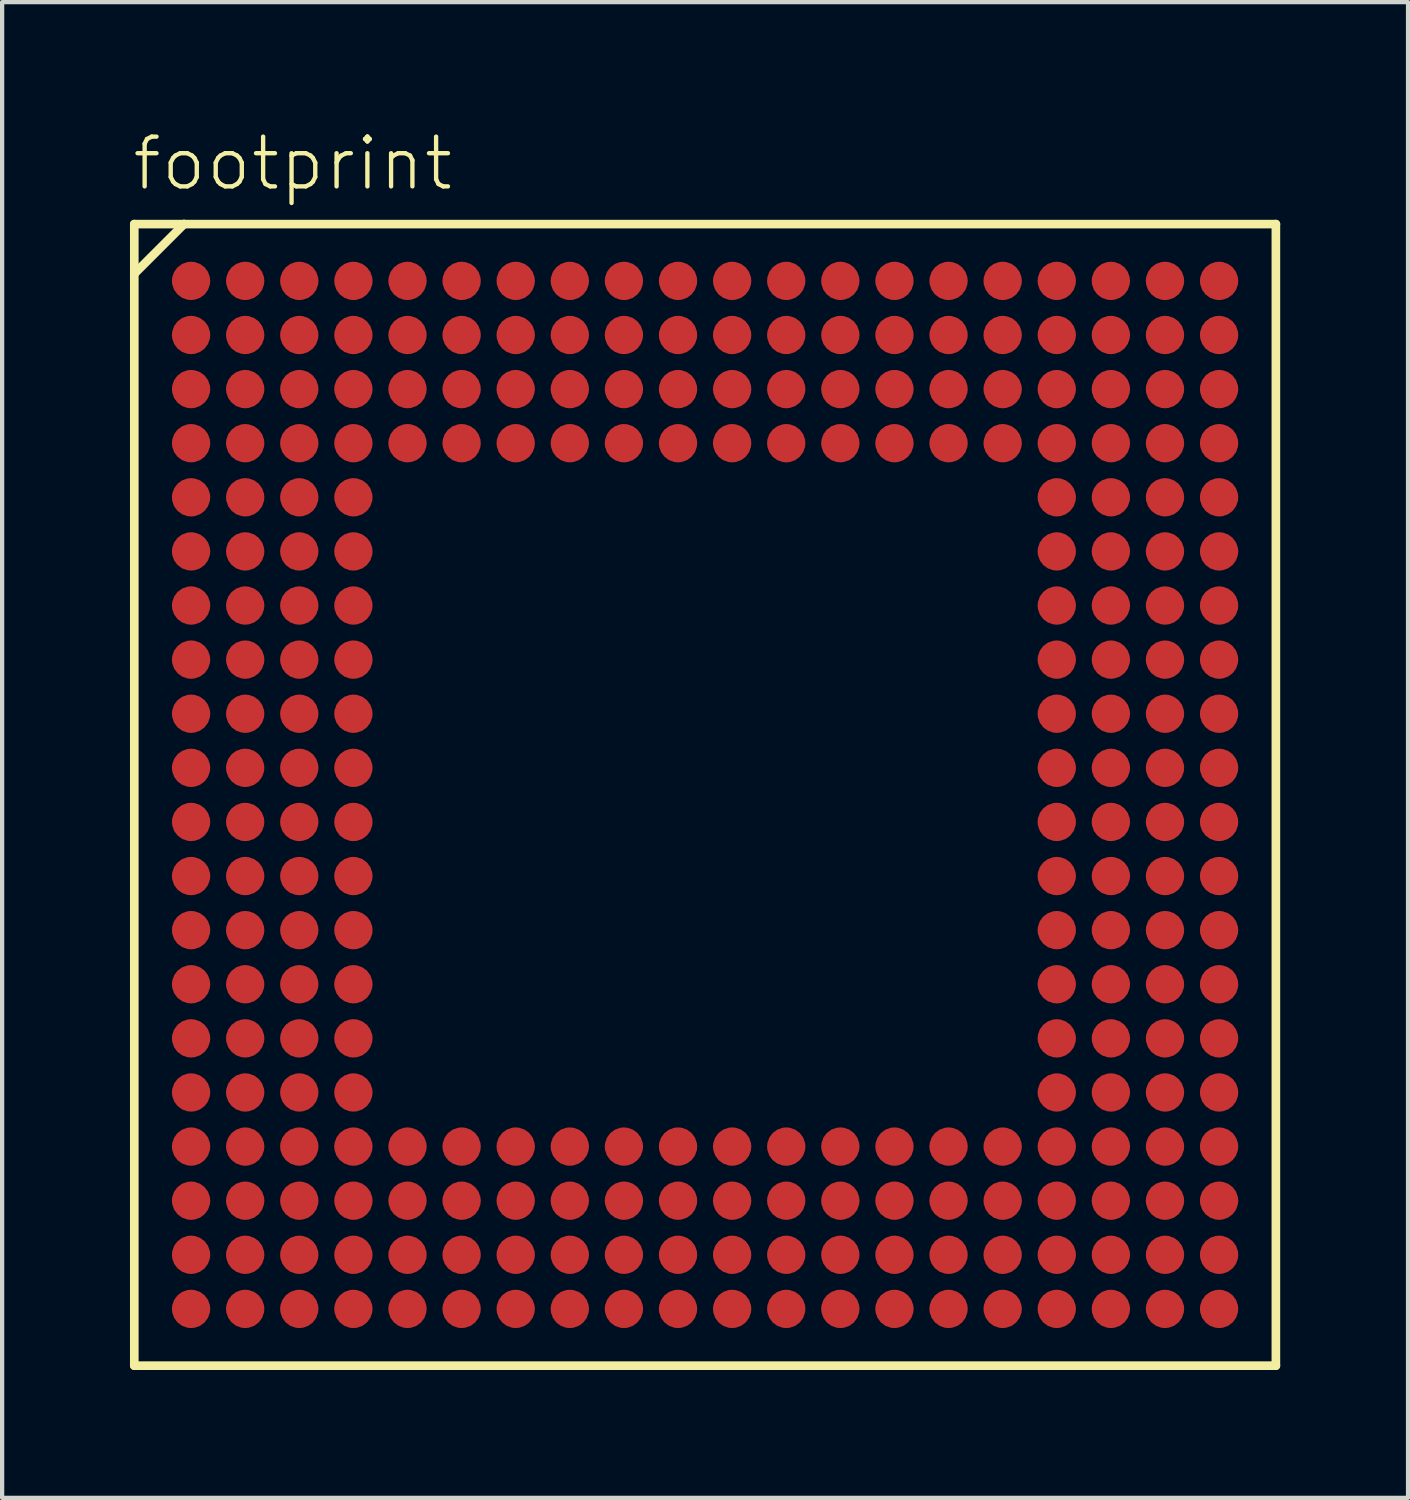
<source format=kicad_pcb>
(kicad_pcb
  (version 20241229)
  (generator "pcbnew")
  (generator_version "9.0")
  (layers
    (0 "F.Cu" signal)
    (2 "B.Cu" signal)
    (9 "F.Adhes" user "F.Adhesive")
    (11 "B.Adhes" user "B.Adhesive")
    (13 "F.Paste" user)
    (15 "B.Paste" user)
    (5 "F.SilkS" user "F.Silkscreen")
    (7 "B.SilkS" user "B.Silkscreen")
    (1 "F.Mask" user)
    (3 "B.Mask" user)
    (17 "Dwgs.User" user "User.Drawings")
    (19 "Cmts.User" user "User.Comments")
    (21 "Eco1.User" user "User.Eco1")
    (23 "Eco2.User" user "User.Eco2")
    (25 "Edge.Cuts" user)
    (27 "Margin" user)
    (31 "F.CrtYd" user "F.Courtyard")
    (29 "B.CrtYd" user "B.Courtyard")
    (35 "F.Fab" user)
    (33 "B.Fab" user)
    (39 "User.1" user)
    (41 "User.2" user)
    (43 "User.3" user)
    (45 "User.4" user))
  (footprint "footprint"
    (layer "F.Cu")
    (at 13.5 15.608)
    (property "Reference" "footprint" (at -13.5 -14.135 0) (layer "F.SilkS") (effects (font (size 1.168 1.168) (thickness 0.102)) (justify left bottom)))
    (fp_circle (center -12.065 -12.065) (end -11.89 -12.065) (stroke (width 0.35) (type solid)) (fill yes) (layer "F.Mask"))
    (fp_circle (center -12.065 -10.795) (end -11.89 -10.795) (stroke (width 0.35) (type solid)) (fill yes) (layer "F.Mask"))
    (fp_circle (center -12.065 -9.525) (end -11.89 -9.525) (stroke (width 0.35) (type solid)) (fill yes) (layer "F.Mask"))
    (fp_circle (center -12.065 -8.255) (end -11.89 -8.255) (stroke (width 0.35) (type solid)) (fill yes) (layer "F.Mask"))
    (fp_circle (center -12.065 -6.985) (end -11.89 -6.985) (stroke (width 0.35) (type solid)) (fill yes) (layer "F.Mask"))
    (fp_circle (center -12.065 -5.715) (end -11.89 -5.715) (stroke (width 0.35) (type solid)) (fill yes) (layer "F.Mask"))
    (fp_circle (center -12.065 -4.445) (end -11.89 -4.445) (stroke (width 0.35) (type solid)) (fill yes) (layer "F.Mask"))
    (fp_circle (center -12.065 -3.175) (end -11.89 -3.175) (stroke (width 0.35) (type solid)) (fill yes) (layer "F.Mask"))
    (fp_circle (center -12.065 -1.905) (end -11.89 -1.905) (stroke (width 0.35) (type solid)) (fill yes) (layer "F.Mask"))
    (fp_circle (center -12.065 -0.635) (end -11.89 -0.635) (stroke (width 0.35) (type solid)) (fill yes) (layer "F.Mask"))
    (fp_circle (center -12.065 0.635) (end -11.89 0.635) (stroke (width 0.35) (type solid)) (fill yes) (layer "F.Mask"))
    (fp_circle (center -12.065 1.905) (end -11.89 1.905) (stroke (width 0.35) (type solid)) (fill yes) (layer "F.Mask"))
    (fp_circle (center -12.065 3.175) (end -11.89 3.175) (stroke (width 0.35) (type solid)) (fill yes) (layer "F.Mask"))
    (fp_circle (center -12.065 4.445) (end -11.89 4.445) (stroke (width 0.35) (type solid)) (fill yes) (layer "F.Mask"))
    (fp_circle (center -12.065 5.715) (end -11.89 5.715) (stroke (width 0.35) (type solid)) (fill yes) (layer "F.Mask"))
    (fp_circle (center -12.065 6.985) (end -11.89 6.985) (stroke (width 0.35) (type solid)) (fill yes) (layer "F.Mask"))
    (fp_circle (center -12.065 8.255) (end -11.89 8.255) (stroke (width 0.35) (type solid)) (fill yes) (layer "F.Mask"))
    (fp_circle (center -12.065 9.525) (end -11.89 9.525) (stroke (width 0.35) (type solid)) (fill yes) (layer "F.Mask"))
    (fp_circle (center -12.065 10.795) (end -11.89 10.795) (stroke (width 0.35) (type solid)) (fill yes) (layer "F.Mask"))
    (fp_circle (center -12.065 12.065) (end -11.89 12.065) (stroke (width 0.35) (type solid)) (fill yes) (layer "F.Mask"))
    (fp_circle (center -10.795 -12.065) (end -10.62 -12.065) (stroke (width 0.35) (type solid)) (fill yes) (layer "F.Mask"))
    (fp_circle (center -10.795 -10.795) (end -10.62 -10.795) (stroke (width 0.35) (type solid)) (fill yes) (layer "F.Mask"))
    (fp_circle (center -10.795 -9.525) (end -10.62 -9.525) (stroke (width 0.35) (type solid)) (fill yes) (layer "F.Mask"))
    (fp_circle (center -10.795 -8.255) (end -10.62 -8.255) (stroke (width 0.35) (type solid)) (fill yes) (layer "F.Mask"))
    (fp_circle (center -10.795 -6.985) (end -10.62 -6.985) (stroke (width 0.35) (type solid)) (fill yes) (layer "F.Mask"))
    (fp_circle (center -10.795 -5.715) (end -10.62 -5.715) (stroke (width 0.35) (type solid)) (fill yes) (layer "F.Mask"))
    (fp_circle (center -10.795 -4.445) (end -10.62 -4.445) (stroke (width 0.35) (type solid)) (fill yes) (layer "F.Mask"))
    (fp_circle (center -10.795 -3.175) (end -10.62 -3.175) (stroke (width 0.35) (type solid)) (fill yes) (layer "F.Mask"))
    (fp_circle (center -10.795 -1.905) (end -10.62 -1.905) (stroke (width 0.35) (type solid)) (fill yes) (layer "F.Mask"))
    (fp_circle (center -10.795 -0.635) (end -10.62 -0.635) (stroke (width 0.35) (type solid)) (fill yes) (layer "F.Mask"))
    (fp_circle (center -10.795 0.635) (end -10.62 0.635) (stroke (width 0.35) (type solid)) (fill yes) (layer "F.Mask"))
    (fp_circle (center -10.795 1.905) (end -10.62 1.905) (stroke (width 0.35) (type solid)) (fill yes) (layer "F.Mask"))
    (fp_circle (center -10.795 3.175) (end -10.62 3.175) (stroke (width 0.35) (type solid)) (fill yes) (layer "F.Mask"))
    (fp_circle (center -10.795 4.445) (end -10.62 4.445) (stroke (width 0.35) (type solid)) (fill yes) (layer "F.Mask"))
    (fp_circle (center -10.795 5.715) (end -10.62 5.715) (stroke (width 0.35) (type solid)) (fill yes) (layer "F.Mask"))
    (fp_circle (center -10.795 6.985) (end -10.62 6.985) (stroke (width 0.35) (type solid)) (fill yes) (layer "F.Mask"))
    (fp_circle (center -10.795 8.255) (end -10.62 8.255) (stroke (width 0.35) (type solid)) (fill yes) (layer "F.Mask"))
    (fp_circle (center -10.795 9.525) (end -10.62 9.525) (stroke (width 0.35) (type solid)) (fill yes) (layer "F.Mask"))
    (fp_circle (center -10.795 10.795) (end -10.62 10.795) (stroke (width 0.35) (type solid)) (fill yes) (layer "F.Mask"))
    (fp_circle (center -10.795 12.065) (end -10.62 12.065) (stroke (width 0.35) (type solid)) (fill yes) (layer "F.Mask"))
    (fp_circle (center -9.525 -12.065) (end -9.35 -12.065) (stroke (width 0.35) (type solid)) (fill yes) (layer "F.Mask"))
    (fp_circle (center -9.525 -10.795) (end -9.35 -10.795) (stroke (width 0.35) (type solid)) (fill yes) (layer "F.Mask"))
    (fp_circle (center -9.525 -9.525) (end -9.35 -9.525) (stroke (width 0.35) (type solid)) (fill yes) (layer "F.Mask"))
    (fp_circle (center -9.525 -8.255) (end -9.35 -8.255) (stroke (width 0.35) (type solid)) (fill yes) (layer "F.Mask"))
    (fp_circle (center -9.525 -6.985) (end -9.35 -6.985) (stroke (width 0.35) (type solid)) (fill yes) (layer "F.Mask"))
    (fp_circle (center -9.525 -5.715) (end -9.35 -5.715) (stroke (width 0.35) (type solid)) (fill yes) (layer "F.Mask"))
    (fp_circle (center -9.525 -4.445) (end -9.35 -4.445) (stroke (width 0.35) (type solid)) (fill yes) (layer "F.Mask"))
    (fp_circle (center -9.525 -3.175) (end -9.35 -3.175) (stroke (width 0.35) (type solid)) (fill yes) (layer "F.Mask"))
    (fp_circle (center -9.525 -1.905) (end -9.35 -1.905) (stroke (width 0.35) (type solid)) (fill yes) (layer "F.Mask"))
    (fp_circle (center -9.525 -0.635) (end -9.35 -0.635) (stroke (width 0.35) (type solid)) (fill yes) (layer "F.Mask"))
    (fp_circle (center -9.525 0.635) (end -9.35 0.635) (stroke (width 0.35) (type solid)) (fill yes) (layer "F.Mask"))
    (fp_circle (center -9.525 1.905) (end -9.35 1.905) (stroke (width 0.35) (type solid)) (fill yes) (layer "F.Mask"))
    (fp_circle (center -9.525 3.175) (end -9.35 3.175) (stroke (width 0.35) (type solid)) (fill yes) (layer "F.Mask"))
    (fp_circle (center -9.525 4.445) (end -9.35 4.445) (stroke (width 0.35) (type solid)) (fill yes) (layer "F.Mask"))
    (fp_circle (center -9.525 5.715) (end -9.35 5.715) (stroke (width 0.35) (type solid)) (fill yes) (layer "F.Mask"))
    (fp_circle (center -9.525 6.985) (end -9.35 6.985) (stroke (width 0.35) (type solid)) (fill yes) (layer "F.Mask"))
    (fp_circle (center -9.525 8.255) (end -9.35 8.255) (stroke (width 0.35) (type solid)) (fill yes) (layer "F.Mask"))
    (fp_circle (center -9.525 9.525) (end -9.35 9.525) (stroke (width 0.35) (type solid)) (fill yes) (layer "F.Mask"))
    (fp_circle (center -9.525 10.795) (end -9.35 10.795) (stroke (width 0.35) (type solid)) (fill yes) (layer "F.Mask"))
    (fp_circle (center -9.525 12.065) (end -9.35 12.065) (stroke (width 0.35) (type solid)) (fill yes) (layer "F.Mask"))
    (fp_circle (center -8.255 -12.065) (end -8.08 -12.065) (stroke (width 0.35) (type solid)) (fill yes) (layer "F.Mask"))
    (fp_circle (center -8.255 -10.795) (end -8.08 -10.795) (stroke (width 0.35) (type solid)) (fill yes) (layer "F.Mask"))
    (fp_circle (center -8.255 -9.525) (end -8.08 -9.525) (stroke (width 0.35) (type solid)) (fill yes) (layer "F.Mask"))
    (fp_circle (center -8.255 -8.255) (end -8.08 -8.255) (stroke (width 0.35) (type solid)) (fill yes) (layer "F.Mask"))
    (fp_circle (center -8.255 -6.985) (end -8.08 -6.985) (stroke (width 0.35) (type solid)) (fill yes) (layer "F.Mask"))
    (fp_circle (center -8.255 -5.715) (end -8.08 -5.715) (stroke (width 0.35) (type solid)) (fill yes) (layer "F.Mask"))
    (fp_circle (center -8.255 -4.445) (end -8.08 -4.445) (stroke (width 0.35) (type solid)) (fill yes) (layer "F.Mask"))
    (fp_circle (center -8.255 -3.175) (end -8.08 -3.175) (stroke (width 0.35) (type solid)) (fill yes) (layer "F.Mask"))
    (fp_circle (center -8.255 -1.905) (end -8.08 -1.905) (stroke (width 0.35) (type solid)) (fill yes) (layer "F.Mask"))
    (fp_circle (center -8.255 -0.635) (end -8.08 -0.635) (stroke (width 0.35) (type solid)) (fill yes) (layer "F.Mask"))
    (fp_circle (center -8.255 0.635) (end -8.08 0.635) (stroke (width 0.35) (type solid)) (fill yes) (layer "F.Mask"))
    (fp_circle (center -8.255 1.905) (end -8.08 1.905) (stroke (width 0.35) (type solid)) (fill yes) (layer "F.Mask"))
    (fp_circle (center -8.255 3.175) (end -8.08 3.175) (stroke (width 0.35) (type solid)) (fill yes) (layer "F.Mask"))
    (fp_circle (center -8.255 4.445) (end -8.08 4.445) (stroke (width 0.35) (type solid)) (fill yes) (layer "F.Mask"))
    (fp_circle (center -8.255 5.715) (end -8.08 5.715) (stroke (width 0.35) (type solid)) (fill yes) (layer "F.Mask"))
    (fp_circle (center -8.255 6.985) (end -8.08 6.985) (stroke (width 0.35) (type solid)) (fill yes) (layer "F.Mask"))
    (fp_circle (center -8.255 8.255) (end -8.08 8.255) (stroke (width 0.35) (type solid)) (fill yes) (layer "F.Mask"))
    (fp_circle (center -8.255 9.525) (end -8.08 9.525) (stroke (width 0.35) (type solid)) (fill yes) (layer "F.Mask"))
    (fp_circle (center -8.255 10.795) (end -8.08 10.795) (stroke (width 0.35) (type solid)) (fill yes) (layer "F.Mask"))
    (fp_circle (center -8.255 12.065) (end -8.08 12.065) (stroke (width 0.35) (type solid)) (fill yes) (layer "F.Mask"))
    (fp_circle (center -6.985 -12.065) (end -6.81 -12.065) (stroke (width 0.35) (type solid)) (fill yes) (layer "F.Mask"))
    (fp_circle (center -6.985 -10.795) (end -6.81 -10.795) (stroke (width 0.35) (type solid)) (fill yes) (layer "F.Mask"))
    (fp_circle (center -6.985 -9.525) (end -6.81 -9.525) (stroke (width 0.35) (type solid)) (fill yes) (layer "F.Mask"))
    (fp_circle (center -6.985 -8.255) (end -6.81 -8.255) (stroke (width 0.35) (type solid)) (fill yes) (layer "F.Mask"))
    (fp_circle (center -6.985 8.255) (end -6.81 8.255) (stroke (width 0.35) (type solid)) (fill yes) (layer "F.Mask"))
    (fp_circle (center -6.985 9.525) (end -6.81 9.525) (stroke (width 0.35) (type solid)) (fill yes) (layer "F.Mask"))
    (fp_circle (center -6.985 10.795) (end -6.81 10.795) (stroke (width 0.35) (type solid)) (fill yes) (layer "F.Mask"))
    (fp_circle (center -6.985 12.065) (end -6.81 12.065) (stroke (width 0.35) (type solid)) (fill yes) (layer "F.Mask"))
    (fp_circle (center -5.715 -12.065) (end -5.54 -12.065) (stroke (width 0.35) (type solid)) (fill yes) (layer "F.Mask"))
    (fp_circle (center -5.715 -10.795) (end -5.54 -10.795) (stroke (width 0.35) (type solid)) (fill yes) (layer "F.Mask"))
    (fp_circle (center -5.715 -9.525) (end -5.54 -9.525) (stroke (width 0.35) (type solid)) (fill yes) (layer "F.Mask"))
    (fp_circle (center -5.715 -8.255) (end -5.54 -8.255) (stroke (width 0.35) (type solid)) (fill yes) (layer "F.Mask"))
    (fp_circle (center -5.715 8.255) (end -5.54 8.255) (stroke (width 0.35) (type solid)) (fill yes) (layer "F.Mask"))
    (fp_circle (center -5.715 9.525) (end -5.54 9.525) (stroke (width 0.35) (type solid)) (fill yes) (layer "F.Mask"))
    (fp_circle (center -5.715 10.795) (end -5.54 10.795) (stroke (width 0.35) (type solid)) (fill yes) (layer "F.Mask"))
    (fp_circle (center -5.715 12.065) (end -5.54 12.065) (stroke (width 0.35) (type solid)) (fill yes) (layer "F.Mask"))
    (fp_circle (center -4.445 -12.065) (end -4.27 -12.065) (stroke (width 0.35) (type solid)) (fill yes) (layer "F.Mask"))
    (fp_circle (center -4.445 -10.795) (end -4.27 -10.795) (stroke (width 0.35) (type solid)) (fill yes) (layer "F.Mask"))
    (fp_circle (center -4.445 -9.525) (end -4.27 -9.525) (stroke (width 0.35) (type solid)) (fill yes) (layer "F.Mask"))
    (fp_circle (center -4.445 -8.255) (end -4.27 -8.255) (stroke (width 0.35) (type solid)) (fill yes) (layer "F.Mask"))
    (fp_circle (center -4.445 8.255) (end -4.27 8.255) (stroke (width 0.35) (type solid)) (fill yes) (layer "F.Mask"))
    (fp_circle (center -4.445 9.525) (end -4.27 9.525) (stroke (width 0.35) (type solid)) (fill yes) (layer "F.Mask"))
    (fp_circle (center -4.445 10.795) (end -4.27 10.795) (stroke (width 0.35) (type solid)) (fill yes) (layer "F.Mask"))
    (fp_circle (center -4.445 12.065) (end -4.27 12.065) (stroke (width 0.35) (type solid)) (fill yes) (layer "F.Mask"))
    (fp_circle (center -3.175 -12.065) (end -3 -12.065) (stroke (width 0.35) (type solid)) (fill yes) (layer "F.Mask"))
    (fp_circle (center -3.175 -10.795) (end -3 -10.795) (stroke (width 0.35) (type solid)) (fill yes) (layer "F.Mask"))
    (fp_circle (center -3.175 -9.525) (end -3 -9.525) (stroke (width 0.35) (type solid)) (fill yes) (layer "F.Mask"))
    (fp_circle (center -3.175 -8.255) (end -3 -8.255) (stroke (width 0.35) (type solid)) (fill yes) (layer "F.Mask"))
    (fp_circle (center -3.175 8.255) (end -3 8.255) (stroke (width 0.35) (type solid)) (fill yes) (layer "F.Mask"))
    (fp_circle (center -3.175 9.525) (end -3 9.525) (stroke (width 0.35) (type solid)) (fill yes) (layer "F.Mask"))
    (fp_circle (center -3.175 10.795) (end -3 10.795) (stroke (width 0.35) (type solid)) (fill yes) (layer "F.Mask"))
    (fp_circle (center -3.175 12.065) (end -3 12.065) (stroke (width 0.35) (type solid)) (fill yes) (layer "F.Mask"))
    (fp_circle (center -1.905 -12.065) (end -1.73 -12.065) (stroke (width 0.35) (type solid)) (fill yes) (layer "F.Mask"))
    (fp_circle (center -1.905 -10.795) (end -1.73 -10.795) (stroke (width 0.35) (type solid)) (fill yes) (layer "F.Mask"))
    (fp_circle (center -1.905 -9.525) (end -1.73 -9.525) (stroke (width 0.35) (type solid)) (fill yes) (layer "F.Mask"))
    (fp_circle (center -1.905 -8.255) (end -1.73 -8.255) (stroke (width 0.35) (type solid)) (fill yes) (layer "F.Mask"))
    (fp_circle (center -1.905 8.255) (end -1.73 8.255) (stroke (width 0.35) (type solid)) (fill yes) (layer "F.Mask"))
    (fp_circle (center -1.905 9.525) (end -1.73 9.525) (stroke (width 0.35) (type solid)) (fill yes) (layer "F.Mask"))
    (fp_circle (center -1.905 10.795) (end -1.73 10.795) (stroke (width 0.35) (type solid)) (fill yes) (layer "F.Mask"))
    (fp_circle (center -1.905 12.065) (end -1.73 12.065) (stroke (width 0.35) (type solid)) (fill yes) (layer "F.Mask"))
    (fp_circle (center -0.635 -12.065) (end -0.46 -12.065) (stroke (width 0.35) (type solid)) (fill yes) (layer "F.Mask"))
    (fp_circle (center -0.635 -10.795) (end -0.46 -10.795) (stroke (width 0.35) (type solid)) (fill yes) (layer "F.Mask"))
    (fp_circle (center -0.635 -9.525) (end -0.46 -9.525) (stroke (width 0.35) (type solid)) (fill yes) (layer "F.Mask"))
    (fp_circle (center -0.635 -8.255) (end -0.46 -8.255) (stroke (width 0.35) (type solid)) (fill yes) (layer "F.Mask"))
    (fp_circle (center -0.635 8.255) (end -0.46 8.255) (stroke (width 0.35) (type solid)) (fill yes) (layer "F.Mask"))
    (fp_circle (center -0.635 9.525) (end -0.46 9.525) (stroke (width 0.35) (type solid)) (fill yes) (layer "F.Mask"))
    (fp_circle (center -0.635 10.795) (end -0.46 10.795) (stroke (width 0.35) (type solid)) (fill yes) (layer "F.Mask"))
    (fp_circle (center -0.635 12.065) (end -0.46 12.065) (stroke (width 0.35) (type solid)) (fill yes) (layer "F.Mask"))
    (fp_circle (center 0.635 -12.065) (end 0.81 -12.065) (stroke (width 0.35) (type solid)) (fill yes) (layer "F.Mask"))
    (fp_circle (center 0.635 -10.795) (end 0.81 -10.795) (stroke (width 0.35) (type solid)) (fill yes) (layer "F.Mask"))
    (fp_circle (center 0.635 -9.525) (end 0.81 -9.525) (stroke (width 0.35) (type solid)) (fill yes) (layer "F.Mask"))
    (fp_circle (center 0.635 -8.255) (end 0.81 -8.255) (stroke (width 0.35) (type solid)) (fill yes) (layer "F.Mask"))
    (fp_circle (center 0.635 8.255) (end 0.81 8.255) (stroke (width 0.35) (type solid)) (fill yes) (layer "F.Mask"))
    (fp_circle (center 0.635 9.525) (end 0.81 9.525) (stroke (width 0.35) (type solid)) (fill yes) (layer "F.Mask"))
    (fp_circle (center 0.635 10.795) (end 0.81 10.795) (stroke (width 0.35) (type solid)) (fill yes) (layer "F.Mask"))
    (fp_circle (center 0.635 12.065) (end 0.81 12.065) (stroke (width 0.35) (type solid)) (fill yes) (layer "F.Mask"))
    (fp_circle (center 1.905 -12.065) (end 2.08 -12.065) (stroke (width 0.35) (type solid)) (fill yes) (layer "F.Mask"))
    (fp_circle (center 1.905 -10.795) (end 2.08 -10.795) (stroke (width 0.35) (type solid)) (fill yes) (layer "F.Mask"))
    (fp_circle (center 1.905 -9.525) (end 2.08 -9.525) (stroke (width 0.35) (type solid)) (fill yes) (layer "F.Mask"))
    (fp_circle (center 1.905 -8.255) (end 2.08 -8.255) (stroke (width 0.35) (type solid)) (fill yes) (layer "F.Mask"))
    (fp_circle (center 1.905 8.255) (end 2.08 8.255) (stroke (width 0.35) (type solid)) (fill yes) (layer "F.Mask"))
    (fp_circle (center 1.905 9.525) (end 2.08 9.525) (stroke (width 0.35) (type solid)) (fill yes) (layer "F.Mask"))
    (fp_circle (center 1.905 10.795) (end 2.08 10.795) (stroke (width 0.35) (type solid)) (fill yes) (layer "F.Mask"))
    (fp_circle (center 1.905 12.065) (end 2.08 12.065) (stroke (width 0.35) (type solid)) (fill yes) (layer "F.Mask"))
    (fp_circle (center 3.175 -12.065) (end 3.35 -12.065) (stroke (width 0.35) (type solid)) (fill yes) (layer "F.Mask"))
    (fp_circle (center 3.175 -10.795) (end 3.35 -10.795) (stroke (width 0.35) (type solid)) (fill yes) (layer "F.Mask"))
    (fp_circle (center 3.175 -9.525) (end 3.35 -9.525) (stroke (width 0.35) (type solid)) (fill yes) (layer "F.Mask"))
    (fp_circle (center 3.175 -8.255) (end 3.35 -8.255) (stroke (width 0.35) (type solid)) (fill yes) (layer "F.Mask"))
    (fp_circle (center 3.175 8.255) (end 3.35 8.255) (stroke (width 0.35) (type solid)) (fill yes) (layer "F.Mask"))
    (fp_circle (center 3.175 9.525) (end 3.35 9.525) (stroke (width 0.35) (type solid)) (fill yes) (layer "F.Mask"))
    (fp_circle (center 3.175 10.795) (end 3.35 10.795) (stroke (width 0.35) (type solid)) (fill yes) (layer "F.Mask"))
    (fp_circle (center 3.175 12.065) (end 3.35 12.065) (stroke (width 0.35) (type solid)) (fill yes) (layer "F.Mask"))
    (fp_circle (center 4.445 -12.065) (end 4.62 -12.065) (stroke (width 0.35) (type solid)) (fill yes) (layer "F.Mask"))
    (fp_circle (center 4.445 -10.795) (end 4.62 -10.795) (stroke (width 0.35) (type solid)) (fill yes) (layer "F.Mask"))
    (fp_circle (center 4.445 -9.525) (end 4.62 -9.525) (stroke (width 0.35) (type solid)) (fill yes) (layer "F.Mask"))
    (fp_circle (center 4.445 -8.255) (end 4.62 -8.255) (stroke (width 0.35) (type solid)) (fill yes) (layer "F.Mask"))
    (fp_circle (center 4.445 8.255) (end 4.62 8.255) (stroke (width 0.35) (type solid)) (fill yes) (layer "F.Mask"))
    (fp_circle (center 4.445 9.525) (end 4.62 9.525) (stroke (width 0.35) (type solid)) (fill yes) (layer "F.Mask"))
    (fp_circle (center 4.445 10.795) (end 4.62 10.795) (stroke (width 0.35) (type solid)) (fill yes) (layer "F.Mask"))
    (fp_circle (center 4.445 12.065) (end 4.62 12.065) (stroke (width 0.35) (type solid)) (fill yes) (layer "F.Mask"))
    (fp_circle (center 5.715 -12.065) (end 5.89 -12.065) (stroke (width 0.35) (type solid)) (fill yes) (layer "F.Mask"))
    (fp_circle (center 5.715 -10.795) (end 5.89 -10.795) (stroke (width 0.35) (type solid)) (fill yes) (layer "F.Mask"))
    (fp_circle (center 5.715 -9.525) (end 5.89 -9.525) (stroke (width 0.35) (type solid)) (fill yes) (layer "F.Mask"))
    (fp_circle (center 5.715 -8.255) (end 5.89 -8.255) (stroke (width 0.35) (type solid)) (fill yes) (layer "F.Mask"))
    (fp_circle (center 5.715 8.255) (end 5.89 8.255) (stroke (width 0.35) (type solid)) (fill yes) (layer "F.Mask"))
    (fp_circle (center 5.715 9.525) (end 5.89 9.525) (stroke (width 0.35) (type solid)) (fill yes) (layer "F.Mask"))
    (fp_circle (center 5.715 10.795) (end 5.89 10.795) (stroke (width 0.35) (type solid)) (fill yes) (layer "F.Mask"))
    (fp_circle (center 5.715 12.065) (end 5.89 12.065) (stroke (width 0.35) (type solid)) (fill yes) (layer "F.Mask"))
    (fp_circle (center 6.985 -12.065) (end 7.16 -12.065) (stroke (width 0.35) (type solid)) (fill yes) (layer "F.Mask"))
    (fp_circle (center 6.985 -10.795) (end 7.16 -10.795) (stroke (width 0.35) (type solid)) (fill yes) (layer "F.Mask"))
    (fp_circle (center 6.985 -9.525) (end 7.16 -9.525) (stroke (width 0.35) (type solid)) (fill yes) (layer "F.Mask"))
    (fp_circle (center 6.985 -8.255) (end 7.16 -8.255) (stroke (width 0.35) (type solid)) (fill yes) (layer "F.Mask"))
    (fp_circle (center 6.985 8.255) (end 7.16 8.255) (stroke (width 0.35) (type solid)) (fill yes) (layer "F.Mask"))
    (fp_circle (center 6.985 9.525) (end 7.16 9.525) (stroke (width 0.35) (type solid)) (fill yes) (layer "F.Mask"))
    (fp_circle (center 6.985 10.795) (end 7.16 10.795) (stroke (width 0.35) (type solid)) (fill yes) (layer "F.Mask"))
    (fp_circle (center 6.985 12.065) (end 7.16 12.065) (stroke (width 0.35) (type solid)) (fill yes) (layer "F.Mask"))
    (fp_circle (center 8.255 -12.065) (end 8.43 -12.065) (stroke (width 0.35) (type solid)) (fill yes) (layer "F.Mask"))
    (fp_circle (center 8.255 -10.795) (end 8.43 -10.795) (stroke (width 0.35) (type solid)) (fill yes) (layer "F.Mask"))
    (fp_circle (center 8.255 -9.525) (end 8.43 -9.525) (stroke (width 0.35) (type solid)) (fill yes) (layer "F.Mask"))
    (fp_circle (center 8.255 -8.255) (end 8.43 -8.255) (stroke (width 0.35) (type solid)) (fill yes) (layer "F.Mask"))
    (fp_circle (center 8.255 -6.985) (end 8.43 -6.985) (stroke (width 0.35) (type solid)) (fill yes) (layer "F.Mask"))
    (fp_circle (center 8.255 -5.715) (end 8.43 -5.715) (stroke (width 0.35) (type solid)) (fill yes) (layer "F.Mask"))
    (fp_circle (center 8.255 -4.445) (end 8.43 -4.445) (stroke (width 0.35) (type solid)) (fill yes) (layer "F.Mask"))
    (fp_circle (center 8.255 -3.175) (end 8.43 -3.175) (stroke (width 0.35) (type solid)) (fill yes) (layer "F.Mask"))
    (fp_circle (center 8.255 -1.905) (end 8.43 -1.905) (stroke (width 0.35) (type solid)) (fill yes) (layer "F.Mask"))
    (fp_circle (center 8.255 -0.635) (end 8.43 -0.635) (stroke (width 0.35) (type solid)) (fill yes) (layer "F.Mask"))
    (fp_circle (center 8.255 0.635) (end 8.43 0.635) (stroke (width 0.35) (type solid)) (fill yes) (layer "F.Mask"))
    (fp_circle (center 8.255 1.905) (end 8.43 1.905) (stroke (width 0.35) (type solid)) (fill yes) (layer "F.Mask"))
    (fp_circle (center 8.255 3.175) (end 8.43 3.175) (stroke (width 0.35) (type solid)) (fill yes) (layer "F.Mask"))
    (fp_circle (center 8.255 4.445) (end 8.43 4.445) (stroke (width 0.35) (type solid)) (fill yes) (layer "F.Mask"))
    (fp_circle (center 8.255 5.715) (end 8.43 5.715) (stroke (width 0.35) (type solid)) (fill yes) (layer "F.Mask"))
    (fp_circle (center 8.255 6.985) (end 8.43 6.985) (stroke (width 0.35) (type solid)) (fill yes) (layer "F.Mask"))
    (fp_circle (center 8.255 8.255) (end 8.43 8.255) (stroke (width 0.35) (type solid)) (fill yes) (layer "F.Mask"))
    (fp_circle (center 8.255 9.525) (end 8.43 9.525) (stroke (width 0.35) (type solid)) (fill yes) (layer "F.Mask"))
    (fp_circle (center 8.255 10.795) (end 8.43 10.795) (stroke (width 0.35) (type solid)) (fill yes) (layer "F.Mask"))
    (fp_circle (center 8.255 12.065) (end 8.43 12.065) (stroke (width 0.35) (type solid)) (fill yes) (layer "F.Mask"))
    (fp_circle (center 9.525 -12.065) (end 9.7 -12.065) (stroke (width 0.35) (type solid)) (fill yes) (layer "F.Mask"))
    (fp_circle (center 9.525 -10.795) (end 9.7 -10.795) (stroke (width 0.35) (type solid)) (fill yes) (layer "F.Mask"))
    (fp_circle (center 9.525 -9.525) (end 9.7 -9.525) (stroke (width 0.35) (type solid)) (fill yes) (layer "F.Mask"))
    (fp_circle (center 9.525 -8.255) (end 9.7 -8.255) (stroke (width 0.35) (type solid)) (fill yes) (layer "F.Mask"))
    (fp_circle (center 9.525 -6.985) (end 9.7 -6.985) (stroke (width 0.35) (type solid)) (fill yes) (layer "F.Mask"))
    (fp_circle (center 9.525 -5.715) (end 9.7 -5.715) (stroke (width 0.35) (type solid)) (fill yes) (layer "F.Mask"))
    (fp_circle (center 9.525 -4.445) (end 9.7 -4.445) (stroke (width 0.35) (type solid)) (fill yes) (layer "F.Mask"))
    (fp_circle (center 9.525 -3.175) (end 9.7 -3.175) (stroke (width 0.35) (type solid)) (fill yes) (layer "F.Mask"))
    (fp_circle (center 9.525 -1.905) (end 9.7 -1.905) (stroke (width 0.35) (type solid)) (fill yes) (layer "F.Mask"))
    (fp_circle (center 9.525 -0.635) (end 9.7 -0.635) (stroke (width 0.35) (type solid)) (fill yes) (layer "F.Mask"))
    (fp_circle (center 9.525 0.635) (end 9.7 0.635) (stroke (width 0.35) (type solid)) (fill yes) (layer "F.Mask"))
    (fp_circle (center 9.525 1.905) (end 9.7 1.905) (stroke (width 0.35) (type solid)) (fill yes) (layer "F.Mask"))
    (fp_circle (center 9.525 3.175) (end 9.7 3.175) (stroke (width 0.35) (type solid)) (fill yes) (layer "F.Mask"))
    (fp_circle (center 9.525 4.445) (end 9.7 4.445) (stroke (width 0.35) (type solid)) (fill yes) (layer "F.Mask"))
    (fp_circle (center 9.525 5.715) (end 9.7 5.715) (stroke (width 0.35) (type solid)) (fill yes) (layer "F.Mask"))
    (fp_circle (center 9.525 6.985) (end 9.7 6.985) (stroke (width 0.35) (type solid)) (fill yes) (layer "F.Mask"))
    (fp_circle (center 9.525 8.255) (end 9.7 8.255) (stroke (width 0.35) (type solid)) (fill yes) (layer "F.Mask"))
    (fp_circle (center 9.525 9.525) (end 9.7 9.525) (stroke (width 0.35) (type solid)) (fill yes) (layer "F.Mask"))
    (fp_circle (center 9.525 10.795) (end 9.7 10.795) (stroke (width 0.35) (type solid)) (fill yes) (layer "F.Mask"))
    (fp_circle (center 9.525 12.065) (end 9.7 12.065) (stroke (width 0.35) (type solid)) (fill yes) (layer "F.Mask"))
    (fp_circle (center 10.795 -12.065) (end 10.97 -12.065) (stroke (width 0.35) (type solid)) (fill yes) (layer "F.Mask"))
    (fp_circle (center 10.795 -10.795) (end 10.97 -10.795) (stroke (width 0.35) (type solid)) (fill yes) (layer "F.Mask"))
    (fp_circle (center 10.795 -9.525) (end 10.97 -9.525) (stroke (width 0.35) (type solid)) (fill yes) (layer "F.Mask"))
    (fp_circle (center 10.795 -8.255) (end 10.97 -8.255) (stroke (width 0.35) (type solid)) (fill yes) (layer "F.Mask"))
    (fp_circle (center 10.795 -6.985) (end 10.97 -6.985) (stroke (width 0.35) (type solid)) (fill yes) (layer "F.Mask"))
    (fp_circle (center 10.795 -5.715) (end 10.97 -5.715) (stroke (width 0.35) (type solid)) (fill yes) (layer "F.Mask"))
    (fp_circle (center 10.795 -4.445) (end 10.97 -4.445) (stroke (width 0.35) (type solid)) (fill yes) (layer "F.Mask"))
    (fp_circle (center 10.795 -3.175) (end 10.97 -3.175) (stroke (width 0.35) (type solid)) (fill yes) (layer "F.Mask"))
    (fp_circle (center 10.795 -1.905) (end 10.97 -1.905) (stroke (width 0.35) (type solid)) (fill yes) (layer "F.Mask"))
    (fp_circle (center 10.795 -0.635) (end 10.97 -0.635) (stroke (width 0.35) (type solid)) (fill yes) (layer "F.Mask"))
    (fp_circle (center 10.795 0.635) (end 10.97 0.635) (stroke (width 0.35) (type solid)) (fill yes) (layer "F.Mask"))
    (fp_circle (center 10.795 1.905) (end 10.97 1.905) (stroke (width 0.35) (type solid)) (fill yes) (layer "F.Mask"))
    (fp_circle (center 10.795 3.175) (end 10.97 3.175) (stroke (width 0.35) (type solid)) (fill yes) (layer "F.Mask"))
    (fp_circle (center 10.795 4.445) (end 10.97 4.445) (stroke (width 0.35) (type solid)) (fill yes) (layer "F.Mask"))
    (fp_circle (center 10.795 5.715) (end 10.97 5.715) (stroke (width 0.35) (type solid)) (fill yes) (layer "F.Mask"))
    (fp_circle (center 10.795 6.985) (end 10.97 6.985) (stroke (width 0.35) (type solid)) (fill yes) (layer "F.Mask"))
    (fp_circle (center 10.795 8.255) (end 10.97 8.255) (stroke (width 0.35) (type solid)) (fill yes) (layer "F.Mask"))
    (fp_circle (center 10.795 9.525) (end 10.97 9.525) (stroke (width 0.35) (type solid)) (fill yes) (layer "F.Mask"))
    (fp_circle (center 10.795 10.795) (end 10.97 10.795) (stroke (width 0.35) (type solid)) (fill yes) (layer "F.Mask"))
    (fp_circle (center 10.795 12.065) (end 10.97 12.065) (stroke (width 0.35) (type solid)) (fill yes) (layer "F.Mask"))
    (fp_circle (center 12.065 -12.065) (end 12.24 -12.065) (stroke (width 0.35) (type solid)) (fill yes) (layer "F.Mask"))
    (fp_circle (center 12.065 -10.795) (end 12.24 -10.795) (stroke (width 0.35) (type solid)) (fill yes) (layer "F.Mask"))
    (fp_circle (center 12.065 -9.525) (end 12.24 -9.525) (stroke (width 0.35) (type solid)) (fill yes) (layer "F.Mask"))
    (fp_circle (center 12.065 -8.255) (end 12.24 -8.255) (stroke (width 0.35) (type solid)) (fill yes) (layer "F.Mask"))
    (fp_circle (center 12.065 -6.985) (end 12.24 -6.985) (stroke (width 0.35) (type solid)) (fill yes) (layer "F.Mask"))
    (fp_circle (center 12.065 -5.715) (end 12.24 -5.715) (stroke (width 0.35) (type solid)) (fill yes) (layer "F.Mask"))
    (fp_circle (center 12.065 -4.445) (end 12.24 -4.445) (stroke (width 0.35) (type solid)) (fill yes) (layer "F.Mask"))
    (fp_circle (center 12.065 -3.175) (end 12.24 -3.175) (stroke (width 0.35) (type solid)) (fill yes) (layer "F.Mask"))
    (fp_circle (center 12.065 -1.905) (end 12.24 -1.905) (stroke (width 0.35) (type solid)) (fill yes) (layer "F.Mask"))
    (fp_circle (center 12.065 -0.635) (end 12.24 -0.635) (stroke (width 0.35) (type solid)) (fill yes) (layer "F.Mask"))
    (fp_circle (center 12.065 0.635) (end 12.24 0.635) (stroke (width 0.35) (type solid)) (fill yes) (layer "F.Mask"))
    (fp_circle (center 12.065 1.905) (end 12.24 1.905) (stroke (width 0.35) (type solid)) (fill yes) (layer "F.Mask"))
    (fp_circle (center 12.065 3.175) (end 12.24 3.175) (stroke (width 0.35) (type solid)) (fill yes) (layer "F.Mask"))
    (fp_circle (center 12.065 4.445) (end 12.24 4.445) (stroke (width 0.35) (type solid)) (fill yes) (layer "F.Mask"))
    (fp_circle (center 12.065 5.715) (end 12.24 5.715) (stroke (width 0.35) (type solid)) (fill yes) (layer "F.Mask"))
    (fp_circle (center 12.065 6.985) (end 12.24 6.985) (stroke (width 0.35) (type solid)) (fill yes) (layer "F.Mask"))
    (fp_circle (center 12.065 8.255) (end 12.24 8.255) (stroke (width 0.35) (type solid)) (fill yes) (layer "F.Mask"))
    (fp_circle (center 12.065 9.525) (end 12.24 9.525) (stroke (width 0.35) (type solid)) (fill yes) (layer "F.Mask"))
    (fp_circle (center 12.065 10.795) (end 12.24 10.795) (stroke (width 0.35) (type solid)) (fill yes) (layer "F.Mask"))
    (fp_circle (center 12.065 12.065) (end 12.24 12.065) (stroke (width 0.35) (type solid)) (fill yes) (layer "F.Mask"))
    (fp_line (start -13.398 -13.398) (end -13.398 -12.23) (stroke (width 0.203) (type solid)) (layer "F.SilkS"))
    (fp_line (start -13.398 -12.23) (end -13.398 13.398) (stroke (width 0.203) (type solid)) (layer "F.SilkS"))
    (fp_line (start -13.398 -12.23) (end -12.23 -13.398) (stroke (width 0.203) (type solid)) (layer "F.SilkS"))
    (fp_line (start -13.398 13.398) (end 13.398 13.398) (stroke (width 0.203) (type solid)) (layer "F.SilkS"))
    (fp_line (start -12.23 -13.398) (end -13.398 -13.398) (stroke (width 0.203) (type solid)) (layer "F.SilkS"))
    (fp_line (start 13.398 -13.398) (end -12.23 -13.398) (stroke (width 0.203) (type solid)) (layer "F.SilkS"))
    (fp_line (start 13.398 13.398) (end 13.398 -13.398) (stroke (width 0.203) (type solid)) (layer "F.SilkS"))
    (pad "A1" smd roundrect (at -12.065 -12.065) (size 0.9 0.9) (layers "F.Cu") (roundrect_rratio 0.5))
    (pad "A2" smd roundrect (at -10.795 -12.065) (size 0.9 0.9) (layers "F.Cu") (roundrect_rratio 0.5))
    (pad "A3" smd roundrect (at -9.525 -12.065) (size 0.9 0.9) (layers "F.Cu") (roundrect_rratio 0.5))
    (pad "A4" smd roundrect (at -8.255 -12.065) (size 0.9 0.9) (layers "F.Cu") (roundrect_rratio 0.5))
    (pad "A5" smd roundrect (at -6.985 -12.065) (size 0.9 0.9) (layers "F.Cu") (roundrect_rratio 0.5))
    (pad "A6" smd roundrect (at -5.715 -12.065) (size 0.9 0.9) (layers "F.Cu") (roundrect_rratio 0.5))
    (pad "A7" smd roundrect (at -4.445 -12.065) (size 0.9 0.9) (layers "F.Cu") (roundrect_rratio 0.5))
    (pad "A8" smd roundrect (at -3.175 -12.065) (size 0.9 0.9) (layers "F.Cu") (roundrect_rratio 0.5))
    (pad "A9" smd roundrect (at -1.905 -12.065) (size 0.9 0.9) (layers "F.Cu") (roundrect_rratio 0.5))
    (pad "A10" smd roundrect (at -0.635 -12.065) (size 0.9 0.9) (layers "F.Cu") (roundrect_rratio 0.5))
    (pad "A11" smd roundrect (at 0.635 -12.065) (size 0.9 0.9) (layers "F.Cu") (roundrect_rratio 0.5))
    (pad "A12" smd roundrect (at 1.905 -12.065) (size 0.9 0.9) (layers "F.Cu") (roundrect_rratio 0.5))
    (pad "A13" smd roundrect (at 3.175 -12.065) (size 0.9 0.9) (layers "F.Cu") (roundrect_rratio 0.5))
    (pad "A14" smd roundrect (at 4.445 -12.065) (size 0.9 0.9) (layers "F.Cu") (roundrect_rratio 0.5))
    (pad "A15" smd roundrect (at 5.715 -12.065) (size 0.9 0.9) (layers "F.Cu") (roundrect_rratio 0.5))
    (pad "A16" smd roundrect (at 6.985 -12.065) (size 0.9 0.9) (layers "F.Cu") (roundrect_rratio 0.5))
    (pad "A17" smd roundrect (at 8.255 -12.065) (size 0.9 0.9) (layers "F.Cu") (roundrect_rratio 0.5))
    (pad "A18" smd roundrect (at 9.525 -12.065) (size 0.9 0.9) (layers "F.Cu") (roundrect_rratio 0.5))
    (pad "A19" smd roundrect (at 10.795 -12.065) (size 0.9 0.9) (layers "F.Cu") (roundrect_rratio 0.5))
    (pad "A20" smd roundrect (at 12.065 -12.065) (size 0.9 0.9) (layers "F.Cu") (roundrect_rratio 0.5))
    (pad "B1" smd roundrect (at -12.065 -10.795) (size 0.9 0.9) (layers "F.Cu") (roundrect_rratio 0.5))
    (pad "B2" smd roundrect (at -10.795 -10.795) (size 0.9 0.9) (layers "F.Cu") (roundrect_rratio 0.5))
    (pad "B3" smd roundrect (at -9.525 -10.795) (size 0.9 0.9) (layers "F.Cu") (roundrect_rratio 0.5))
    (pad "B4" smd roundrect (at -8.255 -10.795) (size 0.9 0.9) (layers "F.Cu") (roundrect_rratio 0.5))
    (pad "B5" smd roundrect (at -6.985 -10.795) (size 0.9 0.9) (layers "F.Cu") (roundrect_rratio 0.5))
    (pad "B6" smd roundrect (at -5.715 -10.795) (size 0.9 0.9) (layers "F.Cu") (roundrect_rratio 0.5))
    (pad "B7" smd roundrect (at -4.445 -10.795) (size 0.9 0.9) (layers "F.Cu") (roundrect_rratio 0.5))
    (pad "B8" smd roundrect (at -3.175 -10.795) (size 0.9 0.9) (layers "F.Cu") (roundrect_rratio 0.5))
    (pad "B9" smd roundrect (at -1.905 -10.795) (size 0.9 0.9) (layers "F.Cu") (roundrect_rratio 0.5))
    (pad "B10" smd roundrect (at -0.635 -10.795) (size 0.9 0.9) (layers "F.Cu") (roundrect_rratio 0.5))
    (pad "B11" smd roundrect (at 0.635 -10.795) (size 0.9 0.9) (layers "F.Cu") (roundrect_rratio 0.5))
    (pad "B12" smd roundrect (at 1.905 -10.795) (size 0.9 0.9) (layers "F.Cu") (roundrect_rratio 0.5))
    (pad "B13" smd roundrect (at 3.175 -10.795) (size 0.9 0.9) (layers "F.Cu") (roundrect_rratio 0.5))
    (pad "B14" smd roundrect (at 4.445 -10.795) (size 0.9 0.9) (layers "F.Cu") (roundrect_rratio 0.5))
    (pad "B15" smd roundrect (at 5.715 -10.795) (size 0.9 0.9) (layers "F.Cu") (roundrect_rratio 0.5))
    (pad "B16" smd roundrect (at 6.985 -10.795) (size 0.9 0.9) (layers "F.Cu") (roundrect_rratio 0.5))
    (pad "B17" smd roundrect (at 8.255 -10.795) (size 0.9 0.9) (layers "F.Cu") (roundrect_rratio 0.5))
    (pad "B18" smd roundrect (at 9.525 -10.795) (size 0.9 0.9) (layers "F.Cu") (roundrect_rratio 0.5))
    (pad "B19" smd roundrect (at 10.795 -10.795) (size 0.9 0.9) (layers "F.Cu") (roundrect_rratio 0.5))
    (pad "B20" smd roundrect (at 12.065 -10.795) (size 0.9 0.9) (layers "F.Cu") (roundrect_rratio 0.5))
    (pad "C1" smd roundrect (at -12.065 -9.525) (size 0.9 0.9) (layers "F.Cu") (roundrect_rratio 0.5))
    (pad "C2" smd roundrect (at -10.795 -9.525) (size 0.9 0.9) (layers "F.Cu") (roundrect_rratio 0.5))
    (pad "C3" smd roundrect (at -9.525 -9.525) (size 0.9 0.9) (layers "F.Cu") (roundrect_rratio 0.5))
    (pad "C4" smd roundrect (at -8.255 -9.525) (size 0.9 0.9) (layers "F.Cu") (roundrect_rratio 0.5))
    (pad "C5" smd roundrect (at -6.985 -9.525) (size 0.9 0.9) (layers "F.Cu") (roundrect_rratio 0.5))
    (pad "C6" smd roundrect (at -5.715 -9.525) (size 0.9 0.9) (layers "F.Cu") (roundrect_rratio 0.5))
    (pad "C7" smd roundrect (at -4.445 -9.525) (size 0.9 0.9) (layers "F.Cu") (roundrect_rratio 0.5))
    (pad "C8" smd roundrect (at -3.175 -9.525) (size 0.9 0.9) (layers "F.Cu") (roundrect_rratio 0.5))
    (pad "C9" smd roundrect (at -1.905 -9.525) (size 0.9 0.9) (layers "F.Cu") (roundrect_rratio 0.5))
    (pad "C10" smd roundrect (at -0.635 -9.525) (size 0.9 0.9) (layers "F.Cu") (roundrect_rratio 0.5))
    (pad "C11" smd roundrect (at 0.635 -9.525) (size 0.9 0.9) (layers "F.Cu") (roundrect_rratio 0.5))
    (pad "C12" smd roundrect (at 1.905 -9.525) (size 0.9 0.9) (layers "F.Cu") (roundrect_rratio 0.5))
    (pad "C13" smd roundrect (at 3.175 -9.525) (size 0.9 0.9) (layers "F.Cu") (roundrect_rratio 0.5))
    (pad "C14" smd roundrect (at 4.445 -9.525) (size 0.9 0.9) (layers "F.Cu") (roundrect_rratio 0.5))
    (pad "C15" smd roundrect (at 5.715 -9.525) (size 0.9 0.9) (layers "F.Cu") (roundrect_rratio 0.5))
    (pad "C16" smd roundrect (at 6.985 -9.525) (size 0.9 0.9) (layers "F.Cu") (roundrect_rratio 0.5))
    (pad "C17" smd roundrect (at 8.255 -9.525) (size 0.9 0.9) (layers "F.Cu") (roundrect_rratio 0.5))
    (pad "C18" smd roundrect (at 9.525 -9.525) (size 0.9 0.9) (layers "F.Cu") (roundrect_rratio 0.5))
    (pad "C19" smd roundrect (at 10.795 -9.525) (size 0.9 0.9) (layers "F.Cu") (roundrect_rratio 0.5))
    (pad "C20" smd roundrect (at 12.065 -9.525) (size 0.9 0.9) (layers "F.Cu") (roundrect_rratio 0.5))
    (pad "D1" smd roundrect (at -12.065 -8.255) (size 0.9 0.9) (layers "F.Cu") (roundrect_rratio 0.5))
    (pad "D2" smd roundrect (at -10.795 -8.255) (size 0.9 0.9) (layers "F.Cu") (roundrect_rratio 0.5))
    (pad "D3" smd roundrect (at -9.525 -8.255) (size 0.9 0.9) (layers "F.Cu") (roundrect_rratio 0.5))
    (pad "D4" smd roundrect (at -8.255 -8.255) (size 0.9 0.9) (layers "F.Cu") (roundrect_rratio 0.5))
    (pad "D5" smd roundrect (at -6.985 -8.255) (size 0.9 0.9) (layers "F.Cu") (roundrect_rratio 0.5))
    (pad "D6" smd roundrect (at -5.715 -8.255) (size 0.9 0.9) (layers "F.Cu") (roundrect_rratio 0.5))
    (pad "D7" smd roundrect (at -4.445 -8.255) (size 0.9 0.9) (layers "F.Cu") (roundrect_rratio 0.5))
    (pad "D8" smd roundrect (at -3.175 -8.255) (size 0.9 0.9) (layers "F.Cu") (roundrect_rratio 0.5))
    (pad "D9" smd roundrect (at -1.905 -8.255) (size 0.9 0.9) (layers "F.Cu") (roundrect_rratio 0.5))
    (pad "D10" smd roundrect (at -0.635 -8.255) (size 0.9 0.9) (layers "F.Cu") (roundrect_rratio 0.5))
    (pad "D11" smd roundrect (at 0.635 -8.255) (size 0.9 0.9) (layers "F.Cu") (roundrect_rratio 0.5))
    (pad "D12" smd roundrect (at 1.905 -8.255) (size 0.9 0.9) (layers "F.Cu") (roundrect_rratio 0.5))
    (pad "D13" smd roundrect (at 3.175 -8.255) (size 0.9 0.9) (layers "F.Cu") (roundrect_rratio 0.5))
    (pad "D14" smd roundrect (at 4.445 -8.255) (size 0.9 0.9) (layers "F.Cu") (roundrect_rratio 0.5))
    (pad "D15" smd roundrect (at 5.715 -8.255) (size 0.9 0.9) (layers "F.Cu") (roundrect_rratio 0.5))
    (pad "D16" smd roundrect (at 6.985 -8.255) (size 0.9 0.9) (layers "F.Cu") (roundrect_rratio 0.5))
    (pad "D17" smd roundrect (at 8.255 -8.255) (size 0.9 0.9) (layers "F.Cu") (roundrect_rratio 0.5))
    (pad "D18" smd roundrect (at 9.525 -8.255) (size 0.9 0.9) (layers "F.Cu") (roundrect_rratio 0.5))
    (pad "D19" smd roundrect (at 10.795 -8.255) (size 0.9 0.9) (layers "F.Cu") (roundrect_rratio 0.5))
    (pad "D20" smd roundrect (at 12.065 -8.255) (size 0.9 0.9) (layers "F.Cu") (roundrect_rratio 0.5))
    (pad "E1" smd roundrect (at -12.065 -6.985) (size 0.9 0.9) (layers "F.Cu") (roundrect_rratio 0.5))
    (pad "E2" smd roundrect (at -10.795 -6.985) (size 0.9 0.9) (layers "F.Cu") (roundrect_rratio 0.5))
    (pad "E3" smd roundrect (at -9.525 -6.985) (size 0.9 0.9) (layers "F.Cu") (roundrect_rratio 0.5))
    (pad "E4" smd roundrect (at -8.255 -6.985) (size 0.9 0.9) (layers "F.Cu") (roundrect_rratio 0.5))
    (pad "E17" smd roundrect (at 8.255 -6.985) (size 0.9 0.9) (layers "F.Cu") (roundrect_rratio 0.5))
    (pad "E18" smd roundrect (at 9.525 -6.985) (size 0.9 0.9) (layers "F.Cu") (roundrect_rratio 0.5))
    (pad "E19" smd roundrect (at 10.795 -6.985) (size 0.9 0.9) (layers "F.Cu") (roundrect_rratio 0.5))
    (pad "E20" smd roundrect (at 12.065 -6.985) (size 0.9 0.9) (layers "F.Cu") (roundrect_rratio 0.5))
    (pad "F1" smd roundrect (at -12.065 -5.715) (size 0.9 0.9) (layers "F.Cu") (roundrect_rratio 0.5))
    (pad "F2" smd roundrect (at -10.795 -5.715) (size 0.9 0.9) (layers "F.Cu") (roundrect_rratio 0.5))
    (pad "F3" smd roundrect (at -9.525 -5.715) (size 0.9 0.9) (layers "F.Cu") (roundrect_rratio 0.5))
    (pad "F4" smd roundrect (at -8.255 -5.715) (size 0.9 0.9) (layers "F.Cu") (roundrect_rratio 0.5))
    (pad "F17" smd roundrect (at 8.255 -5.715) (size 0.9 0.9) (layers "F.Cu") (roundrect_rratio 0.5))
    (pad "F18" smd roundrect (at 9.525 -5.715) (size 0.9 0.9) (layers "F.Cu") (roundrect_rratio 0.5))
    (pad "F19" smd roundrect (at 10.795 -5.715) (size 0.9 0.9) (layers "F.Cu") (roundrect_rratio 0.5))
    (pad "F20" smd roundrect (at 12.065 -5.715) (size 0.9 0.9) (layers "F.Cu") (roundrect_rratio 0.5))
    (pad "G1" smd roundrect (at -12.065 -4.445) (size 0.9 0.9) (layers "F.Cu") (roundrect_rratio 0.5))
    (pad "G2" smd roundrect (at -10.795 -4.445) (size 0.9 0.9) (layers "F.Cu") (roundrect_rratio 0.5))
    (pad "G3" smd roundrect (at -9.525 -4.445) (size 0.9 0.9) (layers "F.Cu") (roundrect_rratio 0.5))
    (pad "G4" smd roundrect (at -8.255 -4.445) (size 0.9 0.9) (layers "F.Cu") (roundrect_rratio 0.5))
    (pad "G17" smd roundrect (at 8.255 -4.445) (size 0.9 0.9) (layers "F.Cu") (roundrect_rratio 0.5))
    (pad "G18" smd roundrect (at 9.525 -4.445) (size 0.9 0.9) (layers "F.Cu") (roundrect_rratio 0.5))
    (pad "G19" smd roundrect (at 10.795 -4.445) (size 0.9 0.9) (layers "F.Cu") (roundrect_rratio 0.5))
    (pad "G20" smd roundrect (at 12.065 -4.445) (size 0.9 0.9) (layers "F.Cu") (roundrect_rratio 0.5))
    (pad "H1" smd roundrect (at -12.065 -3.175) (size 0.9 0.9) (layers "F.Cu") (roundrect_rratio 0.5))
    (pad "H2" smd roundrect (at -10.795 -3.175) (size 0.9 0.9) (layers "F.Cu") (roundrect_rratio 0.5))
    (pad "H3" smd roundrect (at -9.525 -3.175) (size 0.9 0.9) (layers "F.Cu") (roundrect_rratio 0.5))
    (pad "H4" smd roundrect (at -8.255 -3.175) (size 0.9 0.9) (layers "F.Cu") (roundrect_rratio 0.5))
    (pad "H17" smd roundrect (at 8.255 -3.175) (size 0.9 0.9) (layers "F.Cu") (roundrect_rratio 0.5))
    (pad "H18" smd roundrect (at 9.525 -3.175) (size 0.9 0.9) (layers "F.Cu") (roundrect_rratio 0.5))
    (pad "H19" smd roundrect (at 10.795 -3.175) (size 0.9 0.9) (layers "F.Cu") (roundrect_rratio 0.5))
    (pad "H20" smd roundrect (at 12.065 -3.175) (size 0.9 0.9) (layers "F.Cu") (roundrect_rratio 0.5))
    (pad "J1" smd roundrect (at -12.065 -1.905) (size 0.9 0.9) (layers "F.Cu") (roundrect_rratio 0.5))
    (pad "J2" smd roundrect (at -10.795 -1.905) (size 0.9 0.9) (layers "F.Cu") (roundrect_rratio 0.5))
    (pad "J3" smd roundrect (at -9.525 -1.905) (size 0.9 0.9) (layers "F.Cu") (roundrect_rratio 0.5))
    (pad "J4" smd roundrect (at -8.255 -1.905) (size 0.9 0.9) (layers "F.Cu") (roundrect_rratio 0.5))
    (pad "J17" smd roundrect (at 8.255 -1.905) (size 0.9 0.9) (layers "F.Cu") (roundrect_rratio 0.5))
    (pad "J18" smd roundrect (at 9.525 -1.905) (size 0.9 0.9) (layers "F.Cu") (roundrect_rratio 0.5))
    (pad "J19" smd roundrect (at 10.795 -1.905) (size 0.9 0.9) (layers "F.Cu") (roundrect_rratio 0.5))
    (pad "J20" smd roundrect (at 12.065 -1.905) (size 0.9 0.9) (layers "F.Cu") (roundrect_rratio 0.5))
    (pad "K1" smd roundrect (at -12.065 -0.635) (size 0.9 0.9) (layers "F.Cu") (roundrect_rratio 0.5))
    (pad "K2" smd roundrect (at -10.795 -0.635) (size 0.9 0.9) (layers "F.Cu") (roundrect_rratio 0.5))
    (pad "K3" smd roundrect (at -9.525 -0.635) (size 0.9 0.9) (layers "F.Cu") (roundrect_rratio 0.5))
    (pad "K4" smd roundrect (at -8.255 -0.635) (size 0.9 0.9) (layers "F.Cu") (roundrect_rratio 0.5))
    (pad "K17" smd roundrect (at 8.255 -0.635) (size 0.9 0.9) (layers "F.Cu") (roundrect_rratio 0.5))
    (pad "K18" smd roundrect (at 9.525 -0.635) (size 0.9 0.9) (layers "F.Cu") (roundrect_rratio 0.5))
    (pad "K19" smd roundrect (at 10.795 -0.635) (size 0.9 0.9) (layers "F.Cu") (roundrect_rratio 0.5))
    (pad "K20" smd roundrect (at 12.065 -0.635) (size 0.9 0.9) (layers "F.Cu") (roundrect_rratio 0.5))
    (pad "L1" smd roundrect (at -12.065 0.635) (size 0.9 0.9) (layers "F.Cu") (roundrect_rratio 0.5))
    (pad "L2" smd roundrect (at -10.795 0.635) (size 0.9 0.9) (layers "F.Cu") (roundrect_rratio 0.5))
    (pad "L3" smd roundrect (at -9.525 0.635) (size 0.9 0.9) (layers "F.Cu") (roundrect_rratio 0.5))
    (pad "L4" smd roundrect (at -8.255 0.635) (size 0.9 0.9) (layers "F.Cu") (roundrect_rratio 0.5))
    (pad "L17" smd roundrect (at 8.255 0.635) (size 0.9 0.9) (layers "F.Cu") (roundrect_rratio 0.5))
    (pad "L18" smd roundrect (at 9.525 0.635) (size 0.9 0.9) (layers "F.Cu") (roundrect_rratio 0.5))
    (pad "L19" smd roundrect (at 10.795 0.635) (size 0.9 0.9) (layers "F.Cu") (roundrect_rratio 0.5))
    (pad "L20" smd roundrect (at 12.065 0.635) (size 0.9 0.9) (layers "F.Cu") (roundrect_rratio 0.5))
    (pad "M1" smd roundrect (at -12.065 1.905) (size 0.9 0.9) (layers "F.Cu") (roundrect_rratio 0.5))
    (pad "M2" smd roundrect (at -10.795 1.905) (size 0.9 0.9) (layers "F.Cu") (roundrect_rratio 0.5))
    (pad "M3" smd roundrect (at -9.525 1.905) (size 0.9 0.9) (layers "F.Cu") (roundrect_rratio 0.5))
    (pad "M4" smd roundrect (at -8.255 1.905) (size 0.9 0.9) (layers "F.Cu") (roundrect_rratio 0.5))
    (pad "M17" smd roundrect (at 8.255 1.905) (size 0.9 0.9) (layers "F.Cu") (roundrect_rratio 0.5))
    (pad "M18" smd roundrect (at 9.525 1.905) (size 0.9 0.9) (layers "F.Cu") (roundrect_rratio 0.5))
    (pad "M19" smd roundrect (at 10.795 1.905) (size 0.9 0.9) (layers "F.Cu") (roundrect_rratio 0.5))
    (pad "M20" smd roundrect (at 12.065 1.905) (size 0.9 0.9) (layers "F.Cu") (roundrect_rratio 0.5))
    (pad "N1" smd roundrect (at -12.065 3.175) (size 0.9 0.9) (layers "F.Cu") (roundrect_rratio 0.5))
    (pad "N2" smd roundrect (at -10.795 3.175) (size 0.9 0.9) (layers "F.Cu") (roundrect_rratio 0.5))
    (pad "N3" smd roundrect (at -9.525 3.175) (size 0.9 0.9) (layers "F.Cu") (roundrect_rratio 0.5))
    (pad "N4" smd roundrect (at -8.255 3.175) (size 0.9 0.9) (layers "F.Cu") (roundrect_rratio 0.5))
    (pad "N17" smd roundrect (at 8.255 3.175) (size 0.9 0.9) (layers "F.Cu") (roundrect_rratio 0.5))
    (pad "N18" smd roundrect (at 9.525 3.175) (size 0.9 0.9) (layers "F.Cu") (roundrect_rratio 0.5))
    (pad "N19" smd roundrect (at 10.795 3.175) (size 0.9 0.9) (layers "F.Cu") (roundrect_rratio 0.5))
    (pad "N20" smd roundrect (at 12.065 3.175) (size 0.9 0.9) (layers "F.Cu") (roundrect_rratio 0.5))
    (pad "P1" smd roundrect (at -12.065 4.445) (size 0.9 0.9) (layers "F.Cu") (roundrect_rratio 0.5))
    (pad "P2" smd roundrect (at -10.795 4.445) (size 0.9 0.9) (layers "F.Cu") (roundrect_rratio 0.5))
    (pad "P3" smd roundrect (at -9.525 4.445) (size 0.9 0.9) (layers "F.Cu") (roundrect_rratio 0.5))
    (pad "P4" smd roundrect (at -8.255 4.445) (size 0.9 0.9) (layers "F.Cu") (roundrect_rratio 0.5))
    (pad "P17" smd roundrect (at 8.255 4.445) (size 0.9 0.9) (layers "F.Cu") (roundrect_rratio 0.5))
    (pad "P18" smd roundrect (at 9.525 4.445) (size 0.9 0.9) (layers "F.Cu") (roundrect_rratio 0.5))
    (pad "P19" smd roundrect (at 10.795 4.445) (size 0.9 0.9) (layers "F.Cu") (roundrect_rratio 0.5))
    (pad "P20" smd roundrect (at 12.065 4.445) (size 0.9 0.9) (layers "F.Cu") (roundrect_rratio 0.5))
    (pad "R1" smd roundrect (at -12.065 5.715) (size 0.9 0.9) (layers "F.Cu") (roundrect_rratio 0.5))
    (pad "R2" smd roundrect (at -10.795 5.715) (size 0.9 0.9) (layers "F.Cu") (roundrect_rratio 0.5))
    (pad "R3" smd roundrect (at -9.525 5.715) (size 0.9 0.9) (layers "F.Cu") (roundrect_rratio 0.5))
    (pad "R4" smd roundrect (at -8.255 5.715) (size 0.9 0.9) (layers "F.Cu") (roundrect_rratio 0.5))
    (pad "R17" smd roundrect (at 8.255 5.715) (size 0.9 0.9) (layers "F.Cu") (roundrect_rratio 0.5))
    (pad "R18" smd roundrect (at 9.525 5.715) (size 0.9 0.9) (layers "F.Cu") (roundrect_rratio 0.5))
    (pad "R19" smd roundrect (at 10.795 5.715) (size 0.9 0.9) (layers "F.Cu") (roundrect_rratio 0.5))
    (pad "R20" smd roundrect (at 12.065 5.715) (size 0.9 0.9) (layers "F.Cu") (roundrect_rratio 0.5))
    (pad "T1" smd roundrect (at -12.065 6.985) (size 0.9 0.9) (layers "F.Cu") (roundrect_rratio 0.5))
    (pad "T2" smd roundrect (at -10.795 6.985) (size 0.9 0.9) (layers "F.Cu") (roundrect_rratio 0.5))
    (pad "T3" smd roundrect (at -9.525 6.985) (size 0.9 0.9) (layers "F.Cu") (roundrect_rratio 0.5))
    (pad "T4" smd roundrect (at -8.255 6.985) (size 0.9 0.9) (layers "F.Cu") (roundrect_rratio 0.5))
    (pad "T17" smd roundrect (at 8.255 6.985) (size 0.9 0.9) (layers "F.Cu") (roundrect_rratio 0.5))
    (pad "T18" smd roundrect (at 9.525 6.985) (size 0.9 0.9) (layers "F.Cu") (roundrect_rratio 0.5))
    (pad "T19" smd roundrect (at 10.795 6.985) (size 0.9 0.9) (layers "F.Cu") (roundrect_rratio 0.5))
    (pad "T20" smd roundrect (at 12.065 6.985) (size 0.9 0.9) (layers "F.Cu") (roundrect_rratio 0.5))
    (pad "U1" smd roundrect (at -12.065 8.255) (size 0.9 0.9) (layers "F.Cu") (roundrect_rratio 0.5))
    (pad "U2" smd roundrect (at -10.795 8.255) (size 0.9 0.9) (layers "F.Cu") (roundrect_rratio 0.5))
    (pad "U3" smd roundrect (at -9.525 8.255) (size 0.9 0.9) (layers "F.Cu") (roundrect_rratio 0.5))
    (pad "U4" smd roundrect (at -8.255 8.255) (size 0.9 0.9) (layers "F.Cu") (roundrect_rratio 0.5))
    (pad "U5" smd roundrect (at -6.985 8.255) (size 0.9 0.9) (layers "F.Cu") (roundrect_rratio 0.5))
    (pad "U6" smd roundrect (at -5.715 8.255) (size 0.9 0.9) (layers "F.Cu") (roundrect_rratio 0.5))
    (pad "U7" smd roundrect (at -4.445 8.255) (size 0.9 0.9) (layers "F.Cu") (roundrect_rratio 0.5))
    (pad "U8" smd roundrect (at -3.175 8.255) (size 0.9 0.9) (layers "F.Cu") (roundrect_rratio 0.5))
    (pad "U9" smd roundrect (at -1.905 8.255) (size 0.9 0.9) (layers "F.Cu") (roundrect_rratio 0.5))
    (pad "U10" smd roundrect (at -0.635 8.255) (size 0.9 0.9) (layers "F.Cu") (roundrect_rratio 0.5))
    (pad "U11" smd roundrect (at 0.635 8.255) (size 0.9 0.9) (layers "F.Cu") (roundrect_rratio 0.5))
    (pad "U12" smd roundrect (at 1.905 8.255) (size 0.9 0.9) (layers "F.Cu") (roundrect_rratio 0.5))
    (pad "U13" smd roundrect (at 3.175 8.255) (size 0.9 0.9) (layers "F.Cu") (roundrect_rratio 0.5))
    (pad "U14" smd roundrect (at 4.445 8.255) (size 0.9 0.9) (layers "F.Cu") (roundrect_rratio 0.5))
    (pad "U15" smd roundrect (at 5.715 8.255) (size 0.9 0.9) (layers "F.Cu") (roundrect_rratio 0.5))
    (pad "U16" smd roundrect (at 6.985 8.255) (size 0.9 0.9) (layers "F.Cu") (roundrect_rratio 0.5))
    (pad "U17" smd roundrect (at 8.255 8.255) (size 0.9 0.9) (layers "F.Cu") (roundrect_rratio 0.5))
    (pad "U18" smd roundrect (at 9.525 8.255) (size 0.9 0.9) (layers "F.Cu") (roundrect_rratio 0.5))
    (pad "U19" smd roundrect (at 10.795 8.255) (size 0.9 0.9) (layers "F.Cu") (roundrect_rratio 0.5))
    (pad "U20" smd roundrect (at 12.065 8.255) (size 0.9 0.9) (layers "F.Cu") (roundrect_rratio 0.5))
    (pad "V1" smd roundrect (at -12.065 9.525) (size 0.9 0.9) (layers "F.Cu") (roundrect_rratio 0.5))
    (pad "V2" smd roundrect (at -10.795 9.525) (size 0.9 0.9) (layers "F.Cu") (roundrect_rratio 0.5))
    (pad "V3" smd roundrect (at -9.525 9.525) (size 0.9 0.9) (layers "F.Cu") (roundrect_rratio 0.5))
    (pad "V4" smd roundrect (at -8.255 9.525) (size 0.9 0.9) (layers "F.Cu") (roundrect_rratio 0.5))
    (pad "V5" smd roundrect (at -6.985 9.525) (size 0.9 0.9) (layers "F.Cu") (roundrect_rratio 0.5))
    (pad "V6" smd roundrect (at -5.715 9.525) (size 0.9 0.9) (layers "F.Cu") (roundrect_rratio 0.5))
    (pad "V7" smd roundrect (at -4.445 9.525) (size 0.9 0.9) (layers "F.Cu") (roundrect_rratio 0.5))
    (pad "V8" smd roundrect (at -3.175 9.525) (size 0.9 0.9) (layers "F.Cu") (roundrect_rratio 0.5))
    (pad "V9" smd roundrect (at -1.905 9.525) (size 0.9 0.9) (layers "F.Cu") (roundrect_rratio 0.5))
    (pad "V10" smd roundrect (at -0.635 9.525) (size 0.9 0.9) (layers "F.Cu") (roundrect_rratio 0.5))
    (pad "V11" smd roundrect (at 0.635 9.525) (size 0.9 0.9) (layers "F.Cu") (roundrect_rratio 0.5))
    (pad "V12" smd roundrect (at 1.905 9.525) (size 0.9 0.9) (layers "F.Cu") (roundrect_rratio 0.5))
    (pad "V13" smd roundrect (at 3.175 9.525) (size 0.9 0.9) (layers "F.Cu") (roundrect_rratio 0.5))
    (pad "V14" smd roundrect (at 4.445 9.525) (size 0.9 0.9) (layers "F.Cu") (roundrect_rratio 0.5))
    (pad "V15" smd roundrect (at 5.715 9.525) (size 0.9 0.9) (layers "F.Cu") (roundrect_rratio 0.5))
    (pad "V16" smd roundrect (at 6.985 9.525) (size 0.9 0.9) (layers "F.Cu") (roundrect_rratio 0.5))
    (pad "V17" smd roundrect (at 8.255 9.525) (size 0.9 0.9) (layers "F.Cu") (roundrect_rratio 0.5))
    (pad "V18" smd roundrect (at 9.525 9.525) (size 0.9 0.9) (layers "F.Cu") (roundrect_rratio 0.5))
    (pad "V19" smd roundrect (at 10.795 9.525) (size 0.9 0.9) (layers "F.Cu") (roundrect_rratio 0.5))
    (pad "V20" smd roundrect (at 12.065 9.525) (size 0.9 0.9) (layers "F.Cu") (roundrect_rratio 0.5))
    (pad "W1" smd roundrect (at -12.065 10.795) (size 0.9 0.9) (layers "F.Cu") (roundrect_rratio 0.5))
    (pad "W2" smd roundrect (at -10.795 10.795) (size 0.9 0.9) (layers "F.Cu") (roundrect_rratio 0.5))
    (pad "W3" smd roundrect (at -9.525 10.795) (size 0.9 0.9) (layers "F.Cu") (roundrect_rratio 0.5))
    (pad "W4" smd roundrect (at -8.255 10.795) (size 0.9 0.9) (layers "F.Cu") (roundrect_rratio 0.5))
    (pad "W5" smd roundrect (at -6.985 10.795) (size 0.9 0.9) (layers "F.Cu") (roundrect_rratio 0.5))
    (pad "W6" smd roundrect (at -5.715 10.795) (size 0.9 0.9) (layers "F.Cu") (roundrect_rratio 0.5))
    (pad "W7" smd roundrect (at -4.445 10.795) (size 0.9 0.9) (layers "F.Cu") (roundrect_rratio 0.5))
    (pad "W8" smd roundrect (at -3.175 10.795) (size 0.9 0.9) (layers "F.Cu") (roundrect_rratio 0.5))
    (pad "W9" smd roundrect (at -1.905 10.795) (size 0.9 0.9) (layers "F.Cu") (roundrect_rratio 0.5))
    (pad "W10" smd roundrect (at -0.635 10.795) (size 0.9 0.9) (layers "F.Cu") (roundrect_rratio 0.5))
    (pad "W11" smd roundrect (at 0.635 10.795) (size 0.9 0.9) (layers "F.Cu") (roundrect_rratio 0.5))
    (pad "W12" smd roundrect (at 1.905 10.795) (size 0.9 0.9) (layers "F.Cu") (roundrect_rratio 0.5))
    (pad "W13" smd roundrect (at 3.175 10.795) (size 0.9 0.9) (layers "F.Cu") (roundrect_rratio 0.5))
    (pad "W14" smd roundrect (at 4.445 10.795) (size 0.9 0.9) (layers "F.Cu") (roundrect_rratio 0.5))
    (pad "W15" smd roundrect (at 5.715 10.795) (size 0.9 0.9) (layers "F.Cu") (roundrect_rratio 0.5))
    (pad "W16" smd roundrect (at 6.985 10.795) (size 0.9 0.9) (layers "F.Cu") (roundrect_rratio 0.5))
    (pad "W17" smd roundrect (at 8.255 10.795) (size 0.9 0.9) (layers "F.Cu") (roundrect_rratio 0.5))
    (pad "W18" smd roundrect (at 9.525 10.795) (size 0.9 0.9) (layers "F.Cu") (roundrect_rratio 0.5))
    (pad "W19" smd roundrect (at 10.795 10.795) (size 0.9 0.9) (layers "F.Cu") (roundrect_rratio 0.5))
    (pad "W20" smd roundrect (at 12.065 10.795) (size 0.9 0.9) (layers "F.Cu") (roundrect_rratio 0.5))
    (pad "Y1" smd roundrect (at -12.065 12.065) (size 0.9 0.9) (layers "F.Cu") (roundrect_rratio 0.5))
    (pad "Y2" smd roundrect (at -10.795 12.065) (size 0.9 0.9) (layers "F.Cu") (roundrect_rratio 0.5))
    (pad "Y3" smd roundrect (at -9.525 12.065) (size 0.9 0.9) (layers "F.Cu") (roundrect_rratio 0.5))
    (pad "Y4" smd roundrect (at -8.255 12.065) (size 0.9 0.9) (layers "F.Cu") (roundrect_rratio 0.5))
    (pad "Y5" smd roundrect (at -6.985 12.065) (size 0.9 0.9) (layers "F.Cu") (roundrect_rratio 0.5))
    (pad "Y6" smd roundrect (at -5.715 12.065) (size 0.9 0.9) (layers "F.Cu") (roundrect_rratio 0.5))
    (pad "Y7" smd roundrect (at -4.445 12.065) (size 0.9 0.9) (layers "F.Cu") (roundrect_rratio 0.5))
    (pad "Y8" smd roundrect (at -3.175 12.065) (size 0.9 0.9) (layers "F.Cu") (roundrect_rratio 0.5))
    (pad "Y9" smd roundrect (at -1.905 12.065) (size 0.9 0.9) (layers "F.Cu") (roundrect_rratio 0.5))
    (pad "Y10" smd roundrect (at -0.635 12.065) (size 0.9 0.9) (layers "F.Cu") (roundrect_rratio 0.5))
    (pad "Y11" smd roundrect (at 0.635 12.065) (size 0.9 0.9) (layers "F.Cu") (roundrect_rratio 0.5))
    (pad "Y12" smd roundrect (at 1.905 12.065) (size 0.9 0.9) (layers "F.Cu") (roundrect_rratio 0.5))
    (pad "Y13" smd roundrect (at 3.175 12.065) (size 0.9 0.9) (layers "F.Cu") (roundrect_rratio 0.5))
    (pad "Y14" smd roundrect (at 4.445 12.065) (size 0.9 0.9) (layers "F.Cu") (roundrect_rratio 0.5))
    (pad "Y15" smd roundrect (at 5.715 12.065) (size 0.9 0.9) (layers "F.Cu") (roundrect_rratio 0.5))
    (pad "Y16" smd roundrect (at 6.985 12.065) (size 0.9 0.9) (layers "F.Cu") (roundrect_rratio 0.5))
    (pad "Y17" smd roundrect (at 8.255 12.065) (size 0.9 0.9) (layers "F.Cu") (roundrect_rratio 0.5))
    (pad "Y18" smd roundrect (at 9.525 12.065) (size 0.9 0.9) (layers "F.Cu") (roundrect_rratio 0.5))
    (pad "Y19" smd roundrect (at 10.795 12.065) (size 0.9 0.9) (layers "F.Cu") (roundrect_rratio 0.5))
    (pad "Y20" smd roundrect (at 12.065 12.065) (size 0.9 0.9) (layers "F.Cu") (roundrect_rratio 0.5)))
  (gr_rect
    (start -3 -3)
    (end 30 32.108)
    (stroke (width 0.1) (type default))
    (fill no)
    (layer "Edge.Cuts")))
</source>
